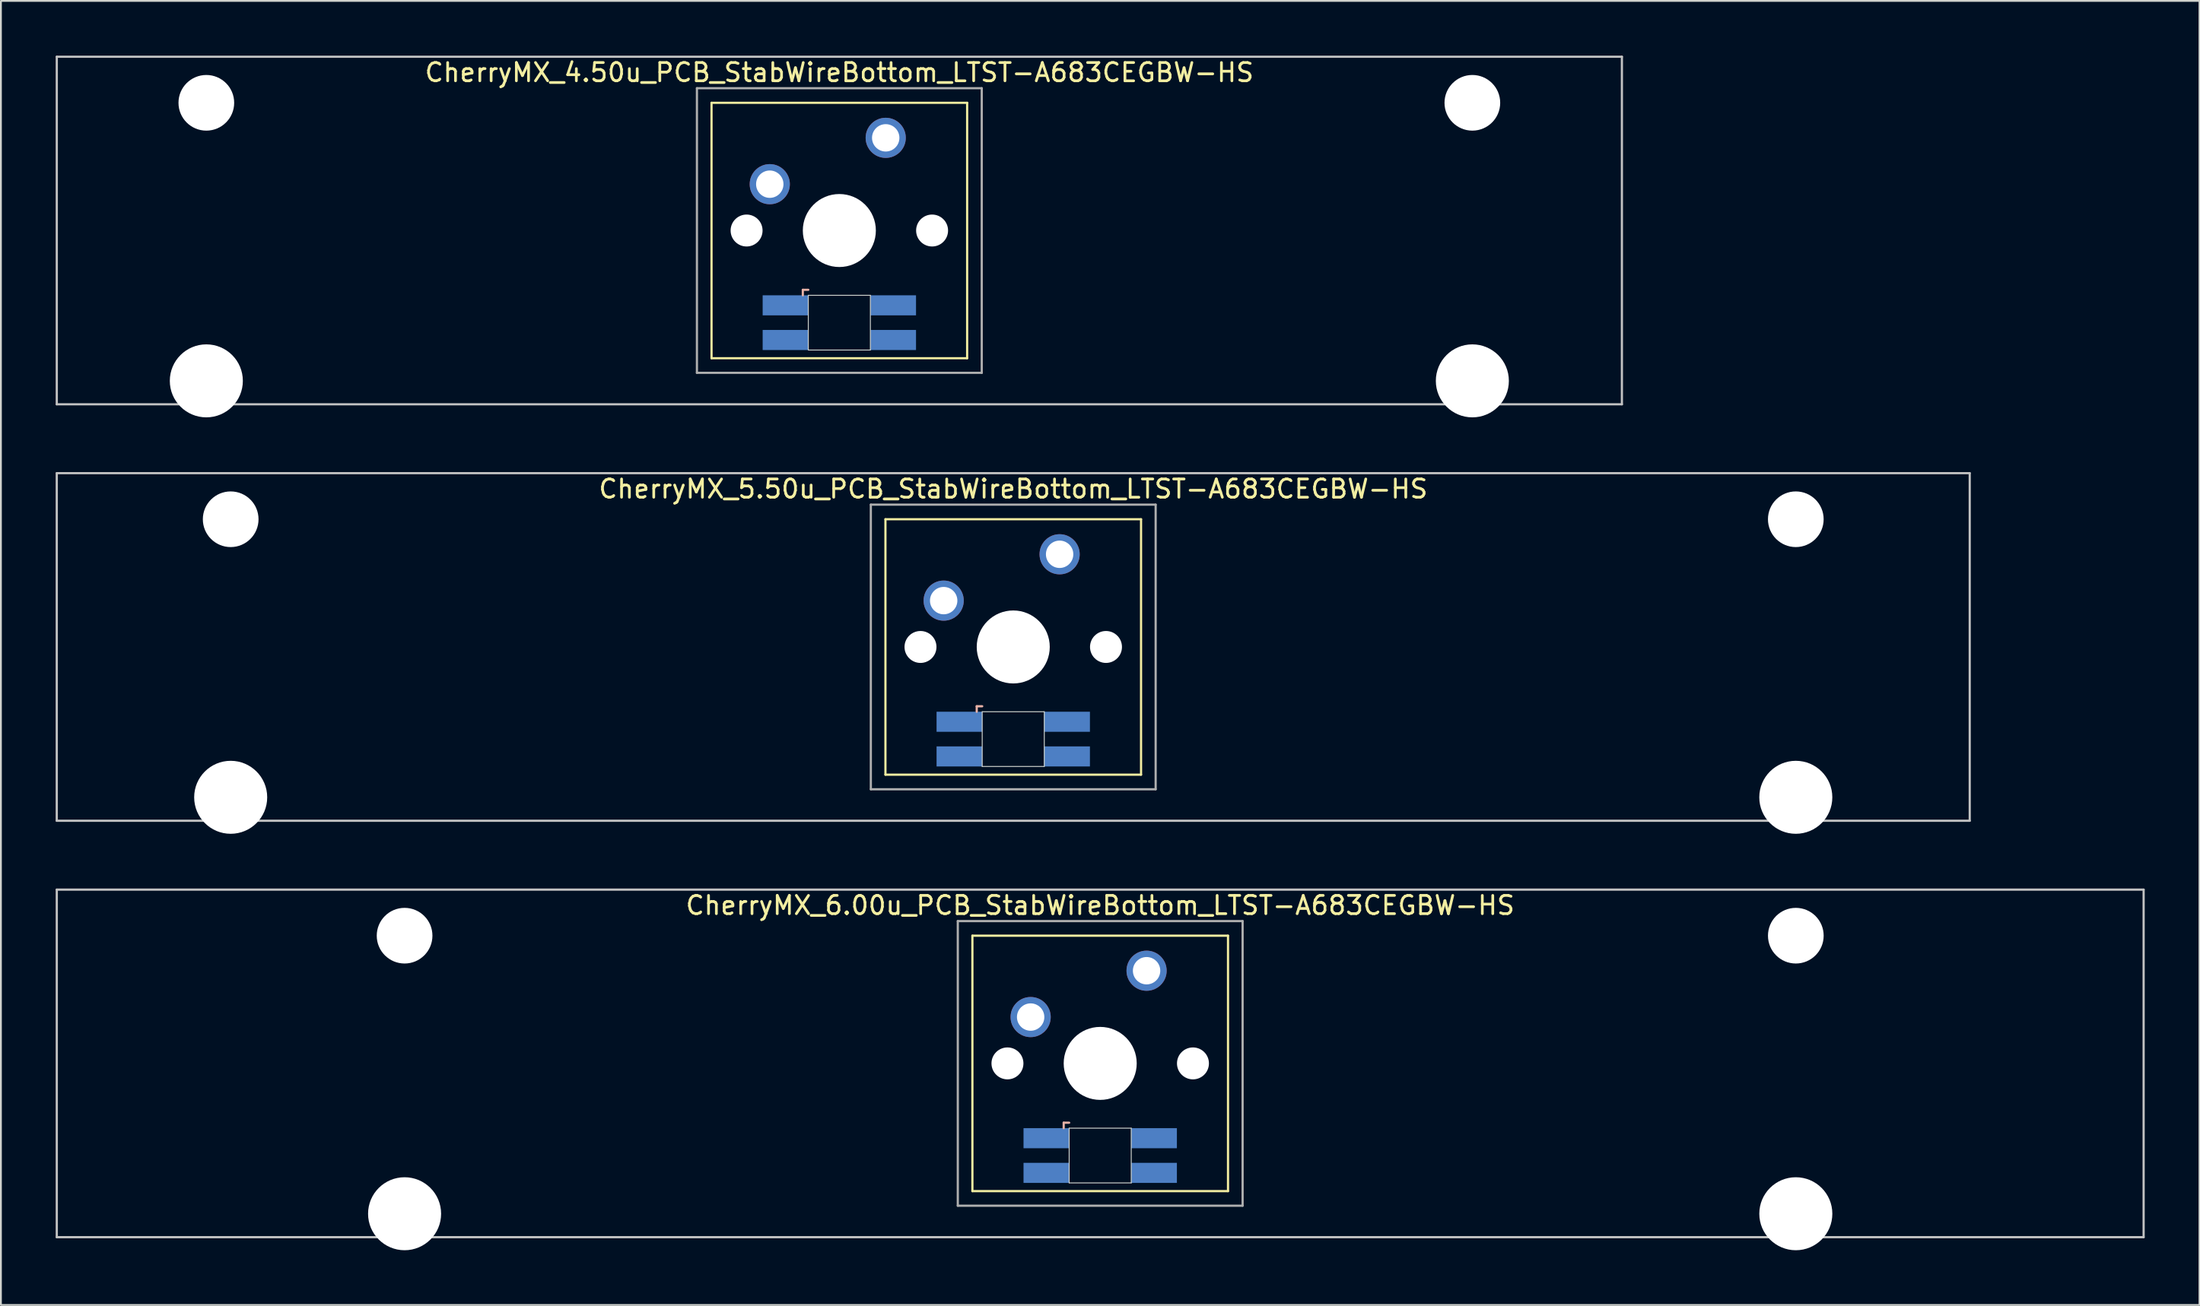
<source format=kicad_pcb>
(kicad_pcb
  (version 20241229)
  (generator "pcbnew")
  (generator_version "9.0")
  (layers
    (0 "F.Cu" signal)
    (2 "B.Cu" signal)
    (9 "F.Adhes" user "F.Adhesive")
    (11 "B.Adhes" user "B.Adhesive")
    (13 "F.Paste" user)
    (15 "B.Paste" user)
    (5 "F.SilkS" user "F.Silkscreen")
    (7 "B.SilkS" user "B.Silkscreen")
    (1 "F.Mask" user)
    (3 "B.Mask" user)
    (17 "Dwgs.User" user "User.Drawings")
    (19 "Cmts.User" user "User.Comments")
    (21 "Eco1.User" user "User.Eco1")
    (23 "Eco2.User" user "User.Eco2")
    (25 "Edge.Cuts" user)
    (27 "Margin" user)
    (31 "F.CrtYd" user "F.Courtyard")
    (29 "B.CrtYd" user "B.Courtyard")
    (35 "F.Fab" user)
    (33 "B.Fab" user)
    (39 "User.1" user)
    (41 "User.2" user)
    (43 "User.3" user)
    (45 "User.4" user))
  (footprint "CherryMX_6.00u_PCB_StabWireBottom_LTST-A683CEGBW-HS"
    (layer "F.Cu")
    (at 57.21 55.235)
    (property "Reference" "CherryMX_6.00u_PCB_StabWireBottom_LTST-A683CEGBW-HS" (at 0 -8.662 0) (layer "F.SilkS") (effects (font (size 1 1) (thickness 0.15))))
    (attr through_hole)
    (fp_line (start -7 -7) (end -7 7) (stroke (width 0.12) (type solid)) (layer "F.SilkS"))
    (fp_line (start -7 -7) (end 7 -7) (stroke (width 0.12) (type solid)) (layer "F.SilkS"))
    (fp_line (start 7 -7) (end 7 7) (stroke (width 0.12) (type solid)) (layer "F.SilkS"))
    (fp_line (start 7 7) (end -7 7) (stroke (width 0.12) (type solid)) (layer "F.SilkS"))
    (fp_line (start -2 3.25) (end -2 3.55) (stroke (width 0.12) (type solid)) (layer "B.SilkS"))
    (fp_line (start -1.7 3.25) (end -2 3.25) (stroke (width 0.12) (type solid)) (layer "B.SilkS"))
    (fp_line (start -57.15 -9.525) (end 57.15 -9.525) (stroke (width 0.12) (type solid)) (layer "Dwgs.User"))
    (fp_line (start -57.15 9.525) (end -57.15 -9.525) (stroke (width 0.12) (type solid)) (layer "Dwgs.User"))
    (fp_line (start 57.15 -9.525) (end 57.15 9.525) (stroke (width 0.12) (type solid)) (layer "Dwgs.User"))
    (fp_line (start 57.15 9.525) (end -57.15 9.525) (stroke (width 0.12) (type solid)) (layer "Dwgs.User"))
    (fp_line (start -1.7 3.55) (end 1.7 3.55) (stroke (width 0.05) (type solid)) (layer "Edge.Cuts"))
    (fp_line (start -1.7 6.55) (end -1.7 3.55) (stroke (width 0.05) (type solid)) (layer "Edge.Cuts"))
    (fp_line (start 1.7 3.55) (end 1.7 6.55) (stroke (width 0.05) (type solid)) (layer "Edge.Cuts"))
    (fp_line (start 1.7 6.55) (end -1.7 6.55) (stroke (width 0.05) (type solid)) (layer "Edge.Cuts"))
    (fp_line (start -7.8 -7.8) (end -7.8 7.8) (stroke (width 0.12) (type solid)) (layer "F.Fab"))
    (fp_line (start -7.8 -7.8) (end 7.8 -7.8) (stroke (width 0.12) (type solid)) (layer "F.Fab"))
    (fp_line (start -7.8 7.8) (end 7.8 7.8) (stroke (width 0.12) (type solid)) (layer "F.Fab"))
    (fp_line (start 7.8 -7.8) (end 7.8 7.8) (stroke (width 0.12) (type solid)) (layer "F.Fab"))
    (pad "" np_thru_hole circle (at -38.1 -7) (size 3.05 3.05) (drill 3.05) (layers "*.Cu" "*.Mask"))
    (pad "" np_thru_hole circle (at -38.1 8.24) (size 4 4) (drill 4) (layers "*.Cu" "*.Mask"))
    (pad "" np_thru_hole circle (at -5.08 0) (size 1.75 1.75) (drill 1.75) (layers "*.Cu" "*.Mask"))
    (pad "" np_thru_hole circle (at 0 0) (size 4 4) (drill 4) (layers "*.Cu" "*.Mask"))
    (pad "" np_thru_hole circle (at 5.08 0) (size 1.75 1.75) (drill 1.75) (layers "*.Cu" "*.Mask"))
    (pad "" np_thru_hole circle (at 38.1 -7) (size 3.05 3.05) (drill 3.05) (layers "*.Cu" "*.Mask"))
    (pad "" np_thru_hole circle (at 38.1 8.24) (size 4 4) (drill 4) (layers "*.Cu" "*.Mask"))
    (pad "1" thru_hole circle (at -3.81 -2.54) (size 2.2 2.2) (drill 1.5) (layers "*.Cu" "*.Mask"))
    (pad "2" thru_hole circle (at 2.54 -5.08) (size 2.2 2.2) (drill 1.5) (layers "*.Cu" "*.Mask"))
    (pad "3" smd rect (at -2.95 4.1) (size 2.5 1.1) (layers "B.Cu" "B.Mask" "B.Paste"))
    (pad "4" smd rect (at -2.95 6) (size 2.5 1.1) (layers "B.Cu" "B.Mask" "B.Paste"))
    (pad "5" smd rect (at 2.95 4.1) (size 2.5 1.1) (layers "B.Cu" "B.Mask" "B.Paste"))
    (pad "6" smd rect (at 2.95 6) (size 2.5 1.1) (layers "B.Cu" "B.Mask" "B.Paste")))
  (footprint "CherryMX_4.50u_PCB_StabWireBottom_LTST-A683CEGBW-HS"
    (layer "F.Cu")
    (at 42.922 9.585)
    (property "Reference" "CherryMX_4.50u_PCB_StabWireBottom_LTST-A683CEGBW-HS" (at 0 -8.662 0) (layer "F.SilkS") (effects (font (size 1 1) (thickness 0.15))))
    (attr through_hole)
    (fp_line (start -7 -7) (end -7 7) (stroke (width 0.12) (type solid)) (layer "F.SilkS"))
    (fp_line (start -7 -7) (end 7 -7) (stroke (width 0.12) (type solid)) (layer "F.SilkS"))
    (fp_line (start 7 -7) (end 7 7) (stroke (width 0.12) (type solid)) (layer "F.SilkS"))
    (fp_line (start 7 7) (end -7 7) (stroke (width 0.12) (type solid)) (layer "F.SilkS"))
    (fp_line (start -2 3.25) (end -2 3.55) (stroke (width 0.12) (type solid)) (layer "B.SilkS"))
    (fp_line (start -1.7 3.25) (end -2 3.25) (stroke (width 0.12) (type solid)) (layer "B.SilkS"))
    (fp_line (start -42.862 -9.525) (end 42.862 -9.525) (stroke (width 0.12) (type solid)) (layer "Dwgs.User"))
    (fp_line (start -42.862 9.525) (end -42.862 -9.525) (stroke (width 0.12) (type solid)) (layer "Dwgs.User"))
    (fp_line (start 42.862 -9.525) (end 42.862 9.525) (stroke (width 0.12) (type solid)) (layer "Dwgs.User"))
    (fp_line (start 42.862 9.525) (end -42.862 9.525) (stroke (width 0.12) (type solid)) (layer "Dwgs.User"))
    (fp_line (start -1.7 3.55) (end 1.7 3.55) (stroke (width 0.05) (type solid)) (layer "Edge.Cuts"))
    (fp_line (start -1.7 6.55) (end -1.7 3.55) (stroke (width 0.05) (type solid)) (layer "Edge.Cuts"))
    (fp_line (start 1.7 3.55) (end 1.7 6.55) (stroke (width 0.05) (type solid)) (layer "Edge.Cuts"))
    (fp_line (start 1.7 6.55) (end -1.7 6.55) (stroke (width 0.05) (type solid)) (layer "Edge.Cuts"))
    (fp_line (start -7.8 -7.8) (end -7.8 7.8) (stroke (width 0.12) (type solid)) (layer "F.Fab"))
    (fp_line (start -7.8 -7.8) (end 7.8 -7.8) (stroke (width 0.12) (type solid)) (layer "F.Fab"))
    (fp_line (start -7.8 7.8) (end 7.8 7.8) (stroke (width 0.12) (type solid)) (layer "F.Fab"))
    (fp_line (start 7.8 -7.8) (end 7.8 7.8) (stroke (width 0.12) (type solid)) (layer "F.Fab"))
    (pad "" np_thru_hole circle (at -34.671 -7) (size 3.05 3.05) (drill 3.05) (layers "*.Cu" "*.Mask"))
    (pad "" np_thru_hole circle (at -34.671 8.24) (size 4 4) (drill 4) (layers "*.Cu" "*.Mask"))
    (pad "" np_thru_hole circle (at -5.08 0) (size 1.75 1.75) (drill 1.75) (layers "*.Cu" "*.Mask"))
    (pad "" np_thru_hole circle (at 0 0) (size 4 4) (drill 4) (layers "*.Cu" "*.Mask"))
    (pad "" np_thru_hole circle (at 5.08 0) (size 1.75 1.75) (drill 1.75) (layers "*.Cu" "*.Mask"))
    (pad "" np_thru_hole circle (at 34.671 -7) (size 3.05 3.05) (drill 3.05) (layers "*.Cu" "*.Mask"))
    (pad "" np_thru_hole circle (at 34.671 8.24) (size 4 4) (drill 4) (layers "*.Cu" "*.Mask"))
    (pad "1" thru_hole circle (at -3.81 -2.54) (size 2.2 2.2) (drill 1.5) (layers "*.Cu" "*.Mask"))
    (pad "2" thru_hole circle (at 2.54 -5.08) (size 2.2 2.2) (drill 1.5) (layers "*.Cu" "*.Mask"))
    (pad "3" smd rect (at -2.95 4.1) (size 2.5 1.1) (layers "B.Cu" "B.Mask" "B.Paste"))
    (pad "4" smd rect (at -2.95 6) (size 2.5 1.1) (layers "B.Cu" "B.Mask" "B.Paste"))
    (pad "5" smd rect (at 2.95 4.1) (size 2.5 1.1) (layers "B.Cu" "B.Mask" "B.Paste"))
    (pad "6" smd rect (at 2.95 6) (size 2.5 1.1) (layers "B.Cu" "B.Mask" "B.Paste")))
  (footprint "CherryMX_5.50u_PCB_StabWireBottom_LTST-A683CEGBW-HS"
    (layer "F.Cu")
    (at 52.447 32.41)
    (property "Reference" "CherryMX_5.50u_PCB_StabWireBottom_LTST-A683CEGBW-HS" (at 0 -8.662 0) (layer "F.SilkS") (effects (font (size 1 1) (thickness 0.15))))
    (attr through_hole)
    (fp_line (start -7 -7) (end -7 7) (stroke (width 0.12) (type solid)) (layer "F.SilkS"))
    (fp_line (start -7 -7) (end 7 -7) (stroke (width 0.12) (type solid)) (layer "F.SilkS"))
    (fp_line (start 7 -7) (end 7 7) (stroke (width 0.12) (type solid)) (layer "F.SilkS"))
    (fp_line (start 7 7) (end -7 7) (stroke (width 0.12) (type solid)) (layer "F.SilkS"))
    (fp_line (start -2 3.25) (end -2 3.55) (stroke (width 0.12) (type solid)) (layer "B.SilkS"))
    (fp_line (start -1.7 3.25) (end -2 3.25) (stroke (width 0.12) (type solid)) (layer "B.SilkS"))
    (fp_line (start -52.388 -9.525) (end 52.388 -9.525) (stroke (width 0.12) (type solid)) (layer "Dwgs.User"))
    (fp_line (start -52.388 9.525) (end -52.388 -9.525) (stroke (width 0.12) (type solid)) (layer "Dwgs.User"))
    (fp_line (start 52.388 -9.525) (end 52.388 9.525) (stroke (width 0.12) (type solid)) (layer "Dwgs.User"))
    (fp_line (start 52.388 9.525) (end -52.388 9.525) (stroke (width 0.12) (type solid)) (layer "Dwgs.User"))
    (fp_line (start -1.7 3.55) (end 1.7 3.55) (stroke (width 0.05) (type solid)) (layer "Edge.Cuts"))
    (fp_line (start -1.7 6.55) (end -1.7 3.55) (stroke (width 0.05) (type solid)) (layer "Edge.Cuts"))
    (fp_line (start 1.7 3.55) (end 1.7 6.55) (stroke (width 0.05) (type solid)) (layer "Edge.Cuts"))
    (fp_line (start 1.7 6.55) (end -1.7 6.55) (stroke (width 0.05) (type solid)) (layer "Edge.Cuts"))
    (fp_line (start -7.8 -7.8) (end -7.8 7.8) (stroke (width 0.12) (type solid)) (layer "F.Fab"))
    (fp_line (start -7.8 -7.8) (end 7.8 -7.8) (stroke (width 0.12) (type solid)) (layer "F.Fab"))
    (fp_line (start -7.8 7.8) (end 7.8 7.8) (stroke (width 0.12) (type solid)) (layer "F.Fab"))
    (fp_line (start 7.8 -7.8) (end 7.8 7.8) (stroke (width 0.12) (type solid)) (layer "F.Fab"))
    (pad "" np_thru_hole circle (at -42.862 -7) (size 3.05 3.05) (drill 3.05) (layers "*.Cu" "*.Mask"))
    (pad "" np_thru_hole circle (at -42.862 8.24) (size 4 4) (drill 4) (layers "*.Cu" "*.Mask"))
    (pad "" np_thru_hole circle (at -5.08 0) (size 1.75 1.75) (drill 1.75) (layers "*.Cu" "*.Mask"))
    (pad "" np_thru_hole circle (at 0 0) (size 4 4) (drill 4) (layers "*.Cu" "*.Mask"))
    (pad "" np_thru_hole circle (at 5.08 0) (size 1.75 1.75) (drill 1.75) (layers "*.Cu" "*.Mask"))
    (pad "" np_thru_hole circle (at 42.862 -7) (size 3.05 3.05) (drill 3.05) (layers "*.Cu" "*.Mask"))
    (pad "" np_thru_hole circle (at 42.862 8.24) (size 4 4) (drill 4) (layers "*.Cu" "*.Mask"))
    (pad "1" thru_hole circle (at -3.81 -2.54) (size 2.2 2.2) (drill 1.5) (layers "*.Cu" "*.Mask"))
    (pad "2" thru_hole circle (at 2.54 -5.08) (size 2.2 2.2) (drill 1.5) (layers "*.Cu" "*.Mask"))
    (pad "3" smd rect (at -2.95 4.1) (size 2.5 1.1) (layers "B.Cu" "B.Mask" "B.Paste"))
    (pad "4" smd rect (at -2.95 6) (size 2.5 1.1) (layers "B.Cu" "B.Mask" "B.Paste"))
    (pad "5" smd rect (at 2.95 4.1) (size 2.5 1.1) (layers "B.Cu" "B.Mask" "B.Paste"))
    (pad "6" smd rect (at 2.95 6) (size 2.5 1.1) (layers "B.Cu" "B.Mask" "B.Paste")))
  (gr_rect
    (start -3 -3)
    (end 117.42 68.475)
    (stroke (width 0.1) (type default))
    (fill no)
    (layer "Edge.Cuts")))
</source>
